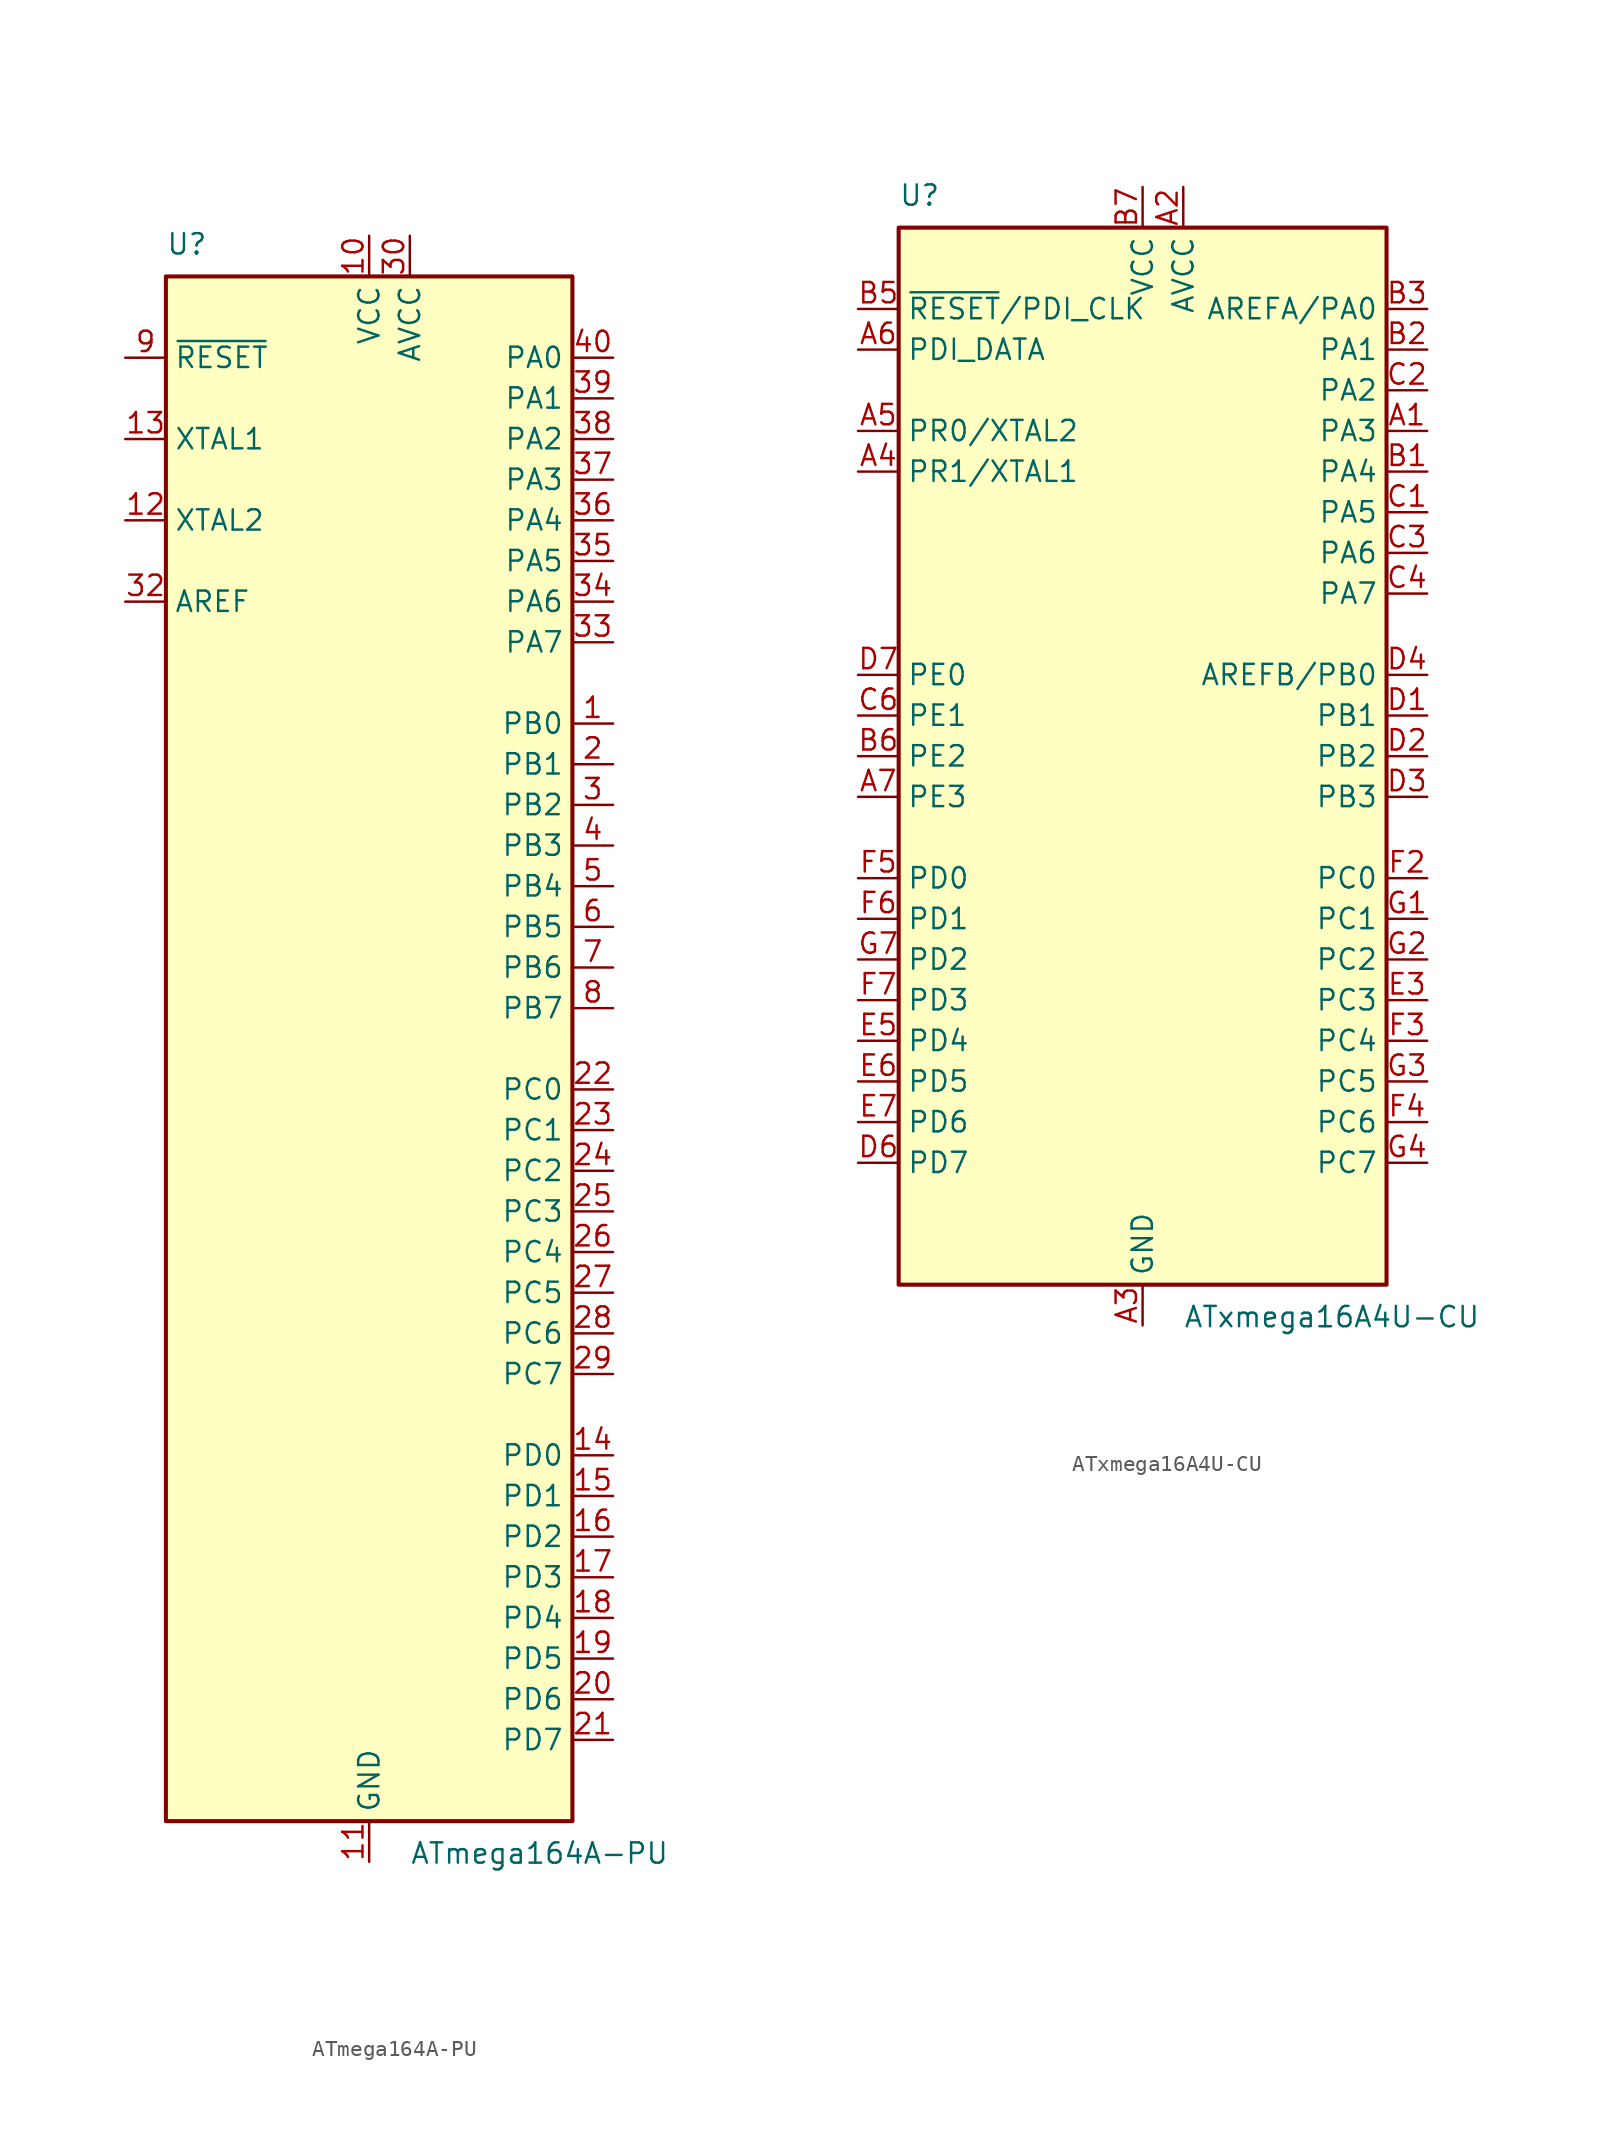
<source format=kicad_sym>
(kicad_symbol_lib
  (version 20211014)
  (generator kicad_symbol_editor)
  (symbol "ATmega164A-PU"
    (property "Reference" "U"
      (at -12.7 49.53 0)
      (effects (font (size 1.27 1.27)) (justify left bottom)))
    (property "Value" "ATmega164A-PU"
      (at 2.54 -49.53 0)
      (effects (font (size 1.27 1.27)) (justify left top)))
    (symbol "ATmega164A-PU_0_1"
      (rectangle (start -12.7 -48.26) (end 12.7 48.26) (stroke (width 0.254) (type default) (color 0 0 0 0)) (fill (type background))))
    (symbol "ATmega164A-PU_1_1"
      (pin bidirectional line (at 15.24 20.32 180) (length 2.54) (name "PB0" (effects (font (size 1.27 1.27)))) (number "1" (effects (font (size 1.27 1.27)))))
      (pin power_in line (at 0 50.8 270) (length 2.54) (name "VCC" (effects (font (size 1.27 1.27)))) (number "10" (effects (font (size 1.27 1.27)))))
      (pin power_in line (at 0 -50.8 90) (length 2.54) (name "GND" (effects (font (size 1.27 1.27)))) (number "11" (effects (font (size 1.27 1.27)))))
      (pin output line (at -15.24 33.02 0) (length 2.54) (name "XTAL2" (effects (font (size 1.27 1.27)))) (number "12" (effects (font (size 1.27 1.27)))))
      (pin input line (at -15.24 38.1 0) (length 2.54) (name "XTAL1" (effects (font (size 1.27 1.27)))) (number "13" (effects (font (size 1.27 1.27)))))
      (pin bidirectional line (at 15.24 -25.4 180) (length 2.54) (name "PD0" (effects (font (size 1.27 1.27)))) (number "14" (effects (font (size 1.27 1.27)))))
      (pin bidirectional line (at 15.24 -27.94 180) (length 2.54) (name "PD1" (effects (font (size 1.27 1.27)))) (number "15" (effects (font (size 1.27 1.27)))))
      (pin bidirectional line (at 15.24 -30.48 180) (length 2.54) (name "PD2" (effects (font (size 1.27 1.27)))) (number "16" (effects (font (size 1.27 1.27)))))
      (pin bidirectional line (at 15.24 -33.02 180) (length 2.54) (name "PD3" (effects (font (size 1.27 1.27)))) (number "17" (effects (font (size 1.27 1.27)))))
      (pin bidirectional line (at 15.24 -35.56 180) (length 2.54) (name "PD4" (effects (font (size 1.27 1.27)))) (number "18" (effects (font (size 1.27 1.27)))))
      (pin bidirectional line (at 15.24 -38.1 180) (length 2.54) (name "PD5" (effects (font (size 1.27 1.27)))) (number "19" (effects (font (size 1.27 1.27)))))
      (pin bidirectional line (at 15.24 17.78 180) (length 2.54) (name "PB1" (effects (font (size 1.27 1.27)))) (number "2" (effects (font (size 1.27 1.27)))))
      (pin bidirectional line (at 15.24 -40.64 180) (length 2.54) (name "PD6" (effects (font (size 1.27 1.27)))) (number "20" (effects (font (size 1.27 1.27)))))
      (pin bidirectional line (at 15.24 -43.18 180) (length 2.54) (name "PD7" (effects (font (size 1.27 1.27)))) (number "21" (effects (font (size 1.27 1.27)))))
      (pin bidirectional line (at 15.24 -2.54 180) (length 2.54) (name "PC0" (effects (font (size 1.27 1.27)))) (number "22" (effects (font (size 1.27 1.27)))))
      (pin bidirectional line (at 15.24 -5.08 180) (length 2.54) (name "PC1" (effects (font (size 1.27 1.27)))) (number "23" (effects (font (size 1.27 1.27)))))
      (pin bidirectional line (at 15.24 -7.62 180) (length 2.54) (name "PC2" (effects (font (size 1.27 1.27)))) (number "24" (effects (font (size 1.27 1.27)))))
      (pin bidirectional line (at 15.24 -10.16 180) (length 2.54) (name "PC3" (effects (font (size 1.27 1.27)))) (number "25" (effects (font (size 1.27 1.27)))))
      (pin bidirectional line (at 15.24 -12.7 180) (length 2.54) (name "PC4" (effects (font (size 1.27 1.27)))) (number "26" (effects (font (size 1.27 1.27)))))
      (pin bidirectional line (at 15.24 -15.24 180) (length 2.54) (name "PC5" (effects (font (size 1.27 1.27)))) (number "27" (effects (font (size 1.27 1.27)))))
      (pin bidirectional line (at 15.24 -17.78 180) (length 2.54) (name "PC6" (effects (font (size 1.27 1.27)))) (number "28" (effects (font (size 1.27 1.27)))))
      (pin bidirectional line (at 15.24 -20.32 180) (length 2.54) (name "PC7" (effects (font (size 1.27 1.27)))) (number "29" (effects (font (size 1.27 1.27)))))
      (pin bidirectional line (at 15.24 15.24 180) (length 2.54) (name "PB2" (effects (font (size 1.27 1.27)))) (number "3" (effects (font (size 1.27 1.27)))))
      (pin power_in line (at 2.54 50.8 270) (length 2.54) (name "AVCC" (effects (font (size 1.27 1.27)))) (number "30" (effects (font (size 1.27 1.27)))))
      (pin passive line (at 0 -50.8 90) (length 2.54) hide (name "GND" (effects (font (size 1.27 1.27)))) (number "31" (effects (font (size 1.27 1.27)))))
      (pin passive line (at -15.24 27.94 0) (length 2.54) (name "AREF" (effects (font (size 1.27 1.27)))) (number "32" (effects (font (size 1.27 1.27)))))
      (pin bidirectional line (at 15.24 25.4 180) (length 2.54) (name "PA7" (effects (font (size 1.27 1.27)))) (number "33" (effects (font (size 1.27 1.27)))))
      (pin bidirectional line (at 15.24 27.94 180) (length 2.54) (name "PA6" (effects (font (size 1.27 1.27)))) (number "34" (effects (font (size 1.27 1.27)))))
      (pin bidirectional line (at 15.24 30.48 180) (length 2.54) (name "PA5" (effects (font (size 1.27 1.27)))) (number "35" (effects (font (size 1.27 1.27)))))
      (pin bidirectional line (at 15.24 33.02 180) (length 2.54) (name "PA4" (effects (font (size 1.27 1.27)))) (number "36" (effects (font (size 1.27 1.27)))))
      (pin bidirectional line (at 15.24 35.56 180) (length 2.54) (name "PA3" (effects (font (size 1.27 1.27)))) (number "37" (effects (font (size 1.27 1.27)))))
      (pin bidirectional line (at 15.24 38.1 180) (length 2.54) (name "PA2" (effects (font (size 1.27 1.27)))) (number "38" (effects (font (size 1.27 1.27)))))
      (pin bidirectional line (at 15.24 40.64 180) (length 2.54) (name "PA1" (effects (font (size 1.27 1.27)))) (number "39" (effects (font (size 1.27 1.27)))))
      (pin bidirectional line (at 15.24 12.7 180) (length 2.54) (name "PB3" (effects (font (size 1.27 1.27)))) (number "4" (effects (font (size 1.27 1.27)))))
      (pin bidirectional line (at 15.24 43.18 180) (length 2.54) (name "PA0" (effects (font (size 1.27 1.27)))) (number "40" (effects (font (size 1.27 1.27)))))
      (pin bidirectional line (at 15.24 10.16 180) (length 2.54) (name "PB4" (effects (font (size 1.27 1.27)))) (number "5" (effects (font (size 1.27 1.27)))))
      (pin bidirectional line (at 15.24 7.62 180) (length 2.54) (name "PB5" (effects (font (size 1.27 1.27)))) (number "6" (effects (font (size 1.27 1.27)))))
      (pin bidirectional line (at 15.24 5.08 180) (length 2.54) (name "PB6" (effects (font (size 1.27 1.27)))) (number "7" (effects (font (size 1.27 1.27)))))
      (pin bidirectional line (at 15.24 2.54 180) (length 2.54) (name "PB7" (effects (font (size 1.27 1.27)))) (number "8" (effects (font (size 1.27 1.27)))))
      (pin input line (at -15.24 43.18 0) (length 2.54) (name "~{RESET}" (effects (font (size 1.27 1.27)))) (number "9" (effects (font (size 1.27 1.27)))))))
  (symbol "ATxmega16A4U-CU"
    (property "Reference" "U"
      (at -15.24 34.29 0)
      (effects (font (size 1.27 1.27)) (justify left bottom)))
    (property "Value" "ATxmega16A4U-CU"
      (at 2.54 -34.29 0)
      (effects (font (size 1.27 1.27)) (justify left top)))
    (symbol "ATxmega16A4U-CU_0_1"
      (rectangle (start -15.24 -33.02) (end 15.24 33.02) (stroke (width 0.254) (type default) (color 0 0 0 0)) (fill (type background))))
    (symbol "ATxmega16A4U-CU_1_1"
      (pin bidirectional line (at 17.78 20.32 180) (length 2.54) (name "PA3" (effects (font (size 1.27 1.27)))) (number "A1" (effects (font (size 1.27 1.27)))))
      (pin power_in line (at 2.54 35.56 270) (length 2.54) (name "AVCC" (effects (font (size 1.27 1.27)))) (number "A2" (effects (font (size 1.27 1.27)))))
      (pin power_in line (at 0 -35.56 90) (length 2.54) (name "GND" (effects (font (size 1.27 1.27)))) (number "A3" (effects (font (size 1.27 1.27)))))
      (pin bidirectional line (at -17.78 17.78 0) (length 2.54) (name "PR1/XTAL1" (effects (font (size 1.27 1.27)))) (number "A4" (effects (font (size 1.27 1.27)))))
      (pin bidirectional line (at -17.78 20.32 0) (length 2.54) (name "PR0/XTAL2" (effects (font (size 1.27 1.27)))) (number "A5" (effects (font (size 1.27 1.27)))))
      (pin bidirectional line (at -17.78 25.4 0) (length 2.54) (name "PDI_DATA" (effects (font (size 1.27 1.27)))) (number "A6" (effects (font (size 1.27 1.27)))))
      (pin bidirectional line (at -17.78 -2.54 0) (length 2.54) (name "PE3" (effects (font (size 1.27 1.27)))) (number "A7" (effects (font (size 1.27 1.27)))))
      (pin bidirectional line (at 17.78 17.78 180) (length 2.54) (name "PA4" (effects (font (size 1.27 1.27)))) (number "B1" (effects (font (size 1.27 1.27)))))
      (pin bidirectional line (at 17.78 25.4 180) (length 2.54) (name "PA1" (effects (font (size 1.27 1.27)))) (number "B2" (effects (font (size 1.27 1.27)))))
      (pin bidirectional line (at 17.78 27.94 180) (length 2.54) (name "AREFA/PA0" (effects (font (size 1.27 1.27)))) (number "B3" (effects (font (size 1.27 1.27)))))
      (pin passive line (at 0 -35.56 90) (length 2.54) hide (name "GND" (effects (font (size 1.27 1.27)))) (number "B4" (effects (font (size 1.27 1.27)))))
      (pin input line (at -17.78 27.94 0) (length 2.54) (name "~{RESET}/PDI_CLK" (effects (font (size 1.27 1.27)))) (number "B5" (effects (font (size 1.27 1.27)))))
      (pin bidirectional line (at -17.78 0 0) (length 2.54) (name "PE2" (effects (font (size 1.27 1.27)))) (number "B6" (effects (font (size 1.27 1.27)))))
      (pin power_in line (at 0 35.56 270) (length 2.54) (name "VCC" (effects (font (size 1.27 1.27)))) (number "B7" (effects (font (size 1.27 1.27)))))
      (pin bidirectional line (at 17.78 15.24 180) (length 2.54) (name "PA5" (effects (font (size 1.27 1.27)))) (number "C1" (effects (font (size 1.27 1.27)))))
      (pin bidirectional line (at 17.78 22.86 180) (length 2.54) (name "PA2" (effects (font (size 1.27 1.27)))) (number "C2" (effects (font (size 1.27 1.27)))))
      (pin bidirectional line (at 17.78 12.7 180) (length 2.54) (name "PA6" (effects (font (size 1.27 1.27)))) (number "C3" (effects (font (size 1.27 1.27)))))
      (pin bidirectional line (at 17.78 10.16 180) (length 2.54) (name "PA7" (effects (font (size 1.27 1.27)))) (number "C4" (effects (font (size 1.27 1.27)))))
      (pin passive line (at 0 -35.56 90) (length 2.54) hide (name "GND" (effects (font (size 1.27 1.27)))) (number "C5" (effects (font (size 1.27 1.27)))))
      (pin bidirectional line (at -17.78 2.54 0) (length 2.54) (name "PE1" (effects (font (size 1.27 1.27)))) (number "C6" (effects (font (size 1.27 1.27)))))
      (pin passive line (at 0 -35.56 90) (length 2.54) hide (name "GND" (effects (font (size 1.27 1.27)))) (number "C7" (effects (font (size 1.27 1.27)))))
      (pin bidirectional line (at 17.78 2.54 180) (length 2.54) (name "PB1" (effects (font (size 1.27 1.27)))) (number "D1" (effects (font (size 1.27 1.27)))))
      (pin bidirectional line (at 17.78 0 180) (length 2.54) (name "PB2" (effects (font (size 1.27 1.27)))) (number "D2" (effects (font (size 1.27 1.27)))))
      (pin bidirectional line (at 17.78 -2.54 180) (length 2.54) (name "PB3" (effects (font (size 1.27 1.27)))) (number "D3" (effects (font (size 1.27 1.27)))))
      (pin bidirectional line (at 17.78 5.08 180) (length 2.54) (name "AREFB/PB0" (effects (font (size 1.27 1.27)))) (number "D4" (effects (font (size 1.27 1.27)))))
      (pin passive line (at 0 -35.56 90) (length 2.54) hide (name "GND" (effects (font (size 1.27 1.27)))) (number "D5" (effects (font (size 1.27 1.27)))))
      (pin bidirectional line (at -17.78 -25.4 0) (length 2.54) (name "PD7" (effects (font (size 1.27 1.27)))) (number "D6" (effects (font (size 1.27 1.27)))))
      (pin bidirectional line (at -17.78 5.08 0) (length 2.54) (name "PE0" (effects (font (size 1.27 1.27)))) (number "D7" (effects (font (size 1.27 1.27)))))
      (pin passive line (at 0 -35.56 90) (length 2.54) hide (name "GND" (effects (font (size 1.27 1.27)))) (number "E1" (effects (font (size 1.27 1.27)))))
      (pin passive line (at 0 -35.56 90) (length 2.54) hide (name "GND" (effects (font (size 1.27 1.27)))) (number "E2" (effects (font (size 1.27 1.27)))))
      (pin bidirectional line (at 17.78 -15.24 180) (length 2.54) (name "PC3" (effects (font (size 1.27 1.27)))) (number "E3" (effects (font (size 1.27 1.27)))))
      (pin passive line (at 0 -35.56 90) (length 2.54) hide (name "GND" (effects (font (size 1.27 1.27)))) (number "E4" (effects (font (size 1.27 1.27)))))
      (pin bidirectional line (at -17.78 -17.78 0) (length 2.54) (name "PD4" (effects (font (size 1.27 1.27)))) (number "E5" (effects (font (size 1.27 1.27)))))
      (pin bidirectional line (at -17.78 -20.32 0) (length 2.54) (name "PD5" (effects (font (size 1.27 1.27)))) (number "E6" (effects (font (size 1.27 1.27)))))
      (pin bidirectional line (at -17.78 -22.86 0) (length 2.54) (name "PD6" (effects (font (size 1.27 1.27)))) (number "E7" (effects (font (size 1.27 1.27)))))
      (pin passive line (at 0 35.56 270) (length 2.54) hide (name "VCC" (effects (font (size 1.27 1.27)))) (number "F1" (effects (font (size 1.27 1.27)))))
      (pin bidirectional line (at 17.78 -7.62 180) (length 2.54) (name "PC0" (effects (font (size 1.27 1.27)))) (number "F2" (effects (font (size 1.27 1.27)))))
      (pin bidirectional line (at 17.78 -17.78 180) (length 2.54) (name "PC4" (effects (font (size 1.27 1.27)))) (number "F3" (effects (font (size 1.27 1.27)))))
      (pin bidirectional line (at 17.78 -22.86 180) (length 2.54) (name "PC6" (effects (font (size 1.27 1.27)))) (number "F4" (effects (font (size 1.27 1.27)))))
      (pin bidirectional line (at -17.78 -7.62 0) (length 2.54) (name "PD0" (effects (font (size 1.27 1.27)))) (number "F5" (effects (font (size 1.27 1.27)))))
      (pin bidirectional line (at -17.78 -10.16 0) (length 2.54) (name "PD1" (effects (font (size 1.27 1.27)))) (number "F6" (effects (font (size 1.27 1.27)))))
      (pin bidirectional line (at -17.78 -15.24 0) (length 2.54) (name "PD3" (effects (font (size 1.27 1.27)))) (number "F7" (effects (font (size 1.27 1.27)))))
      (pin bidirectional line (at 17.78 -10.16 180) (length 2.54) (name "PC1" (effects (font (size 1.27 1.27)))) (number "G1" (effects (font (size 1.27 1.27)))))
      (pin bidirectional line (at 17.78 -12.7 180) (length 2.54) (name "PC2" (effects (font (size 1.27 1.27)))) (number "G2" (effects (font (size 1.27 1.27)))))
      (pin bidirectional line (at 17.78 -20.32 180) (length 2.54) (name "PC5" (effects (font (size 1.27 1.27)))) (number "G3" (effects (font (size 1.27 1.27)))))
      (pin bidirectional line (at 17.78 -25.4 180) (length 2.54) (name "PC7" (effects (font (size 1.27 1.27)))) (number "G4" (effects (font (size 1.27 1.27)))))
      (pin passive line (at 0 -35.56 90) (length 2.54) hide (name "GND" (effects (font (size 1.27 1.27)))) (number "G5" (effects (font (size 1.27 1.27)))))
      (pin passive line (at 0 35.56 270) (length 2.54) hide (name "VCC" (effects (font (size 1.27 1.27)))) (number "G6" (effects (font (size 1.27 1.27)))))
      (pin bidirectional line (at -17.78 -12.7 0) (length 2.54) (name "PD2" (effects (font (size 1.27 1.27)))) (number "G7" (effects (font (size 1.27 1.27))))))))
</source>
